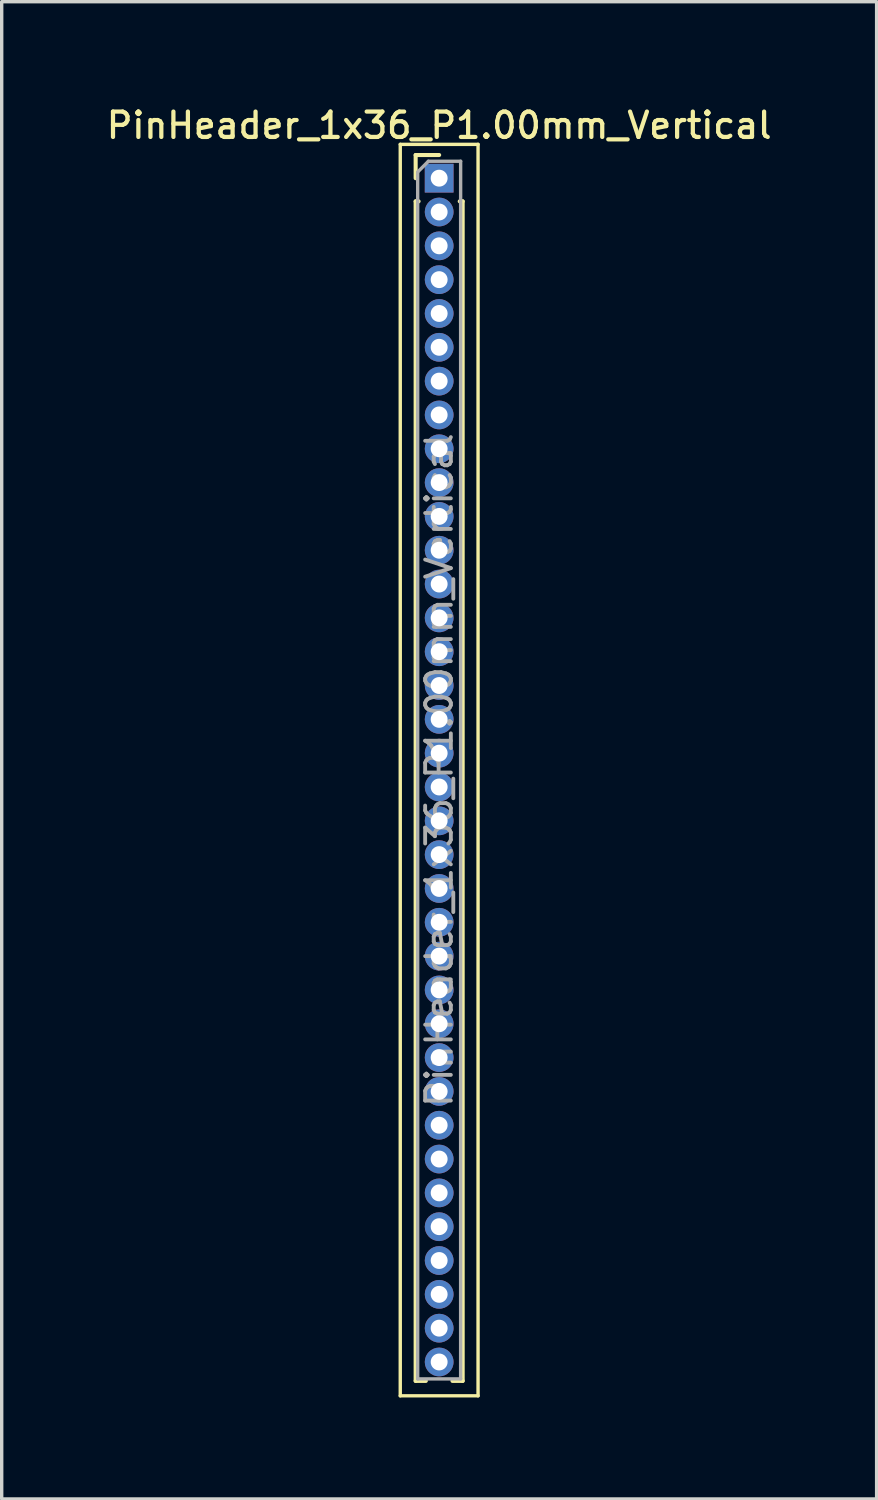
<source format=kicad_pcb>
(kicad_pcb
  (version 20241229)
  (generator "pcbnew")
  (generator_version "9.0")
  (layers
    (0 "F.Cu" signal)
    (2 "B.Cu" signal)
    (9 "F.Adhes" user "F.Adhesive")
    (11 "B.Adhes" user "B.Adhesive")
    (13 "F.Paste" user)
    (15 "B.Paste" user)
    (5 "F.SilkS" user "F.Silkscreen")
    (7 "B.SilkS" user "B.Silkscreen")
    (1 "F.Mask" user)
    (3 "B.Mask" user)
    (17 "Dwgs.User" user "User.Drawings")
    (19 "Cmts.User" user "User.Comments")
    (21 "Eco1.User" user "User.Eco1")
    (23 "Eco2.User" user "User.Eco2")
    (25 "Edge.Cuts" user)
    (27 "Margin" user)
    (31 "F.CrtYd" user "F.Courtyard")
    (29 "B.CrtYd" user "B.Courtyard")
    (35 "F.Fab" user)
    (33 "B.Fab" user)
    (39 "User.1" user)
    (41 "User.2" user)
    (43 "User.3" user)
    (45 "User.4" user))
  (footprint "PinHeader_1x36_P1.00mm_Vertical"
    (layer "F.Cu")
    (at 9.934 2.218)
    (property "Reference" "PinHeader_1x36_P1.00mm_Vertical" (at 0 -1.56 0) (layer "F.SilkS") (effects (font (size 0.75 0.75) (thickness 0.125))))
    (attr through_hole)
    (fp_line (start -1.15 -1) (end -1.15 36) (stroke (width 0.1) (type solid)) (layer "F.SilkS"))
    (fp_line (start -1.15 36) (end 1.15 36) (stroke (width 0.1) (type solid)) (layer "F.SilkS"))
    (fp_line (start -0.695 -0.685) (end 0 -0.685) (stroke (width 0.12) (type solid)) (layer "F.SilkS"))
    (fp_line (start -0.695 0) (end -0.695 -0.685) (stroke (width 0.12) (type solid)) (layer "F.SilkS"))
    (fp_line (start -0.695 0.685) (end -0.695 35.56) (stroke (width 0.12) (type solid)) (layer "F.SilkS"))
    (fp_line (start -0.695 0.685) (end -0.608 0.685) (stroke (width 0.12) (type solid)) (layer "F.SilkS"))
    (fp_line (start -0.695 35.56) (end -0.394 35.56) (stroke (width 0.12) (type solid)) (layer "F.SilkS"))
    (fp_line (start 0.394 35.56) (end 0.695 35.56) (stroke (width 0.12) (type solid)) (layer "F.SilkS"))
    (fp_line (start 0.608 0.685) (end 0.695 0.685) (stroke (width 0.12) (type solid)) (layer "F.SilkS"))
    (fp_line (start 0.695 0.685) (end 0.695 35.56) (stroke (width 0.12) (type solid)) (layer "F.SilkS"))
    (fp_line (start 1.15 -1) (end -1.15 -1) (stroke (width 0.1) (type solid)) (layer "F.SilkS"))
    (fp_line (start 1.15 36) (end 1.15 -1) (stroke (width 0.1) (type solid)) (layer "F.SilkS"))
    (fp_line (start -0.635 -0.182) (end -0.318 -0.5) (stroke (width 0.1) (type solid)) (layer "F.Fab"))
    (fp_line (start -0.635 35.5) (end -0.635 -0.182) (stroke (width 0.1) (type solid)) (layer "F.Fab"))
    (fp_line (start -0.318 -0.5) (end 0.635 -0.5) (stroke (width 0.1) (type solid)) (layer "F.Fab"))
    (fp_line (start 0.635 -0.5) (end 0.635 35.5) (stroke (width 0.1) (type solid)) (layer "F.Fab"))
    (fp_line (start 0.635 35.5) (end -0.635 35.5) (stroke (width 0.1) (type solid)) (layer "F.Fab"))
    (fp_text user "${REFERENCE}" (at 0 17.5 90) (layer "F.Fab") (effects (font (size 0.76 0.76) (thickness 0.114))))
    (pad "1" thru_hole rect (at 0 0) (size 0.85 0.85) (drill 0.5) (layers "*.Cu" "*.Mask"))
    (pad "2" thru_hole oval (at 0 1) (size 0.85 0.85) (drill 0.5) (layers "*.Cu" "*.Mask"))
    (pad "3" thru_hole oval (at 0 2) (size 0.85 0.85) (drill 0.5) (layers "*.Cu" "*.Mask"))
    (pad "4" thru_hole oval (at 0 3) (size 0.85 0.85) (drill 0.5) (layers "*.Cu" "*.Mask"))
    (pad "5" thru_hole oval (at 0 4) (size 0.85 0.85) (drill 0.5) (layers "*.Cu" "*.Mask"))
    (pad "6" thru_hole oval (at 0 5) (size 0.85 0.85) (drill 0.5) (layers "*.Cu" "*.Mask"))
    (pad "7" thru_hole oval (at 0 6) (size 0.85 0.85) (drill 0.5) (layers "*.Cu" "*.Mask"))
    (pad "8" thru_hole oval (at 0 7) (size 0.85 0.85) (drill 0.5) (layers "*.Cu" "*.Mask"))
    (pad "9" thru_hole oval (at 0 8) (size 0.85 0.85) (drill 0.5) (layers "*.Cu" "*.Mask"))
    (pad "10" thru_hole oval (at 0 9) (size 0.85 0.85) (drill 0.5) (layers "*.Cu" "*.Mask"))
    (pad "11" thru_hole oval (at 0 10) (size 0.85 0.85) (drill 0.5) (layers "*.Cu" "*.Mask"))
    (pad "12" thru_hole oval (at 0 11) (size 0.85 0.85) (drill 0.5) (layers "*.Cu" "*.Mask"))
    (pad "13" thru_hole oval (at 0 12) (size 0.85 0.85) (drill 0.5) (layers "*.Cu" "*.Mask"))
    (pad "14" thru_hole oval (at 0 13) (size 0.85 0.85) (drill 0.5) (layers "*.Cu" "*.Mask"))
    (pad "15" thru_hole oval (at 0 14) (size 0.85 0.85) (drill 0.5) (layers "*.Cu" "*.Mask"))
    (pad "16" thru_hole oval (at 0 15) (size 0.85 0.85) (drill 0.5) (layers "*.Cu" "*.Mask"))
    (pad "17" thru_hole oval (at 0 16) (size 0.85 0.85) (drill 0.5) (layers "*.Cu" "*.Mask"))
    (pad "18" thru_hole oval (at 0 17) (size 0.85 0.85) (drill 0.5) (layers "*.Cu" "*.Mask"))
    (pad "19" thru_hole oval (at 0 18) (size 0.85 0.85) (drill 0.5) (layers "*.Cu" "*.Mask"))
    (pad "20" thru_hole oval (at 0 19) (size 0.85 0.85) (drill 0.5) (layers "*.Cu" "*.Mask"))
    (pad "21" thru_hole oval (at 0 20) (size 0.85 0.85) (drill 0.5) (layers "*.Cu" "*.Mask"))
    (pad "22" thru_hole oval (at 0 21) (size 0.85 0.85) (drill 0.5) (layers "*.Cu" "*.Mask"))
    (pad "23" thru_hole oval (at 0 22) (size 0.85 0.85) (drill 0.5) (layers "*.Cu" "*.Mask"))
    (pad "24" thru_hole oval (at 0 23) (size 0.85 0.85) (drill 0.5) (layers "*.Cu" "*.Mask"))
    (pad "25" thru_hole oval (at 0 24) (size 0.85 0.85) (drill 0.5) (layers "*.Cu" "*.Mask"))
    (pad "26" thru_hole oval (at 0 25) (size 0.85 0.85) (drill 0.5) (layers "*.Cu" "*.Mask"))
    (pad "27" thru_hole oval (at 0 26) (size 0.85 0.85) (drill 0.5) (layers "*.Cu" "*.Mask"))
    (pad "28" thru_hole oval (at 0 27) (size 0.85 0.85) (drill 0.5) (layers "*.Cu" "*.Mask"))
    (pad "29" thru_hole oval (at 0 28) (size 0.85 0.85) (drill 0.5) (layers "*.Cu" "*.Mask"))
    (pad "30" thru_hole oval (at 0 29) (size 0.85 0.85) (drill 0.5) (layers "*.Cu" "*.Mask"))
    (pad "31" thru_hole oval (at 0 30) (size 0.85 0.85) (drill 0.5) (layers "*.Cu" "*.Mask"))
    (pad "32" thru_hole oval (at 0 31) (size 0.85 0.85) (drill 0.5) (layers "*.Cu" "*.Mask"))
    (pad "33" thru_hole oval (at 0 32) (size 0.85 0.85) (drill 0.5) (layers "*.Cu" "*.Mask"))
    (pad "34" thru_hole oval (at 0 33) (size 0.85 0.85) (drill 0.5) (layers "*.Cu" "*.Mask"))
    (pad "35" thru_hole oval (at 0 34) (size 0.85 0.85) (drill 0.5) (layers "*.Cu" "*.Mask"))
    (pad "36" thru_hole oval (at 0 35) (size 0.85 0.85) (drill 0.5) (layers "*.Cu" "*.Mask")))
  (gr_rect
    (start -3 -3)
    (end 22.868 41.268)
    (stroke (width 0.1) (type default))
    (fill no)
    (layer "Edge.Cuts")))
</source>
